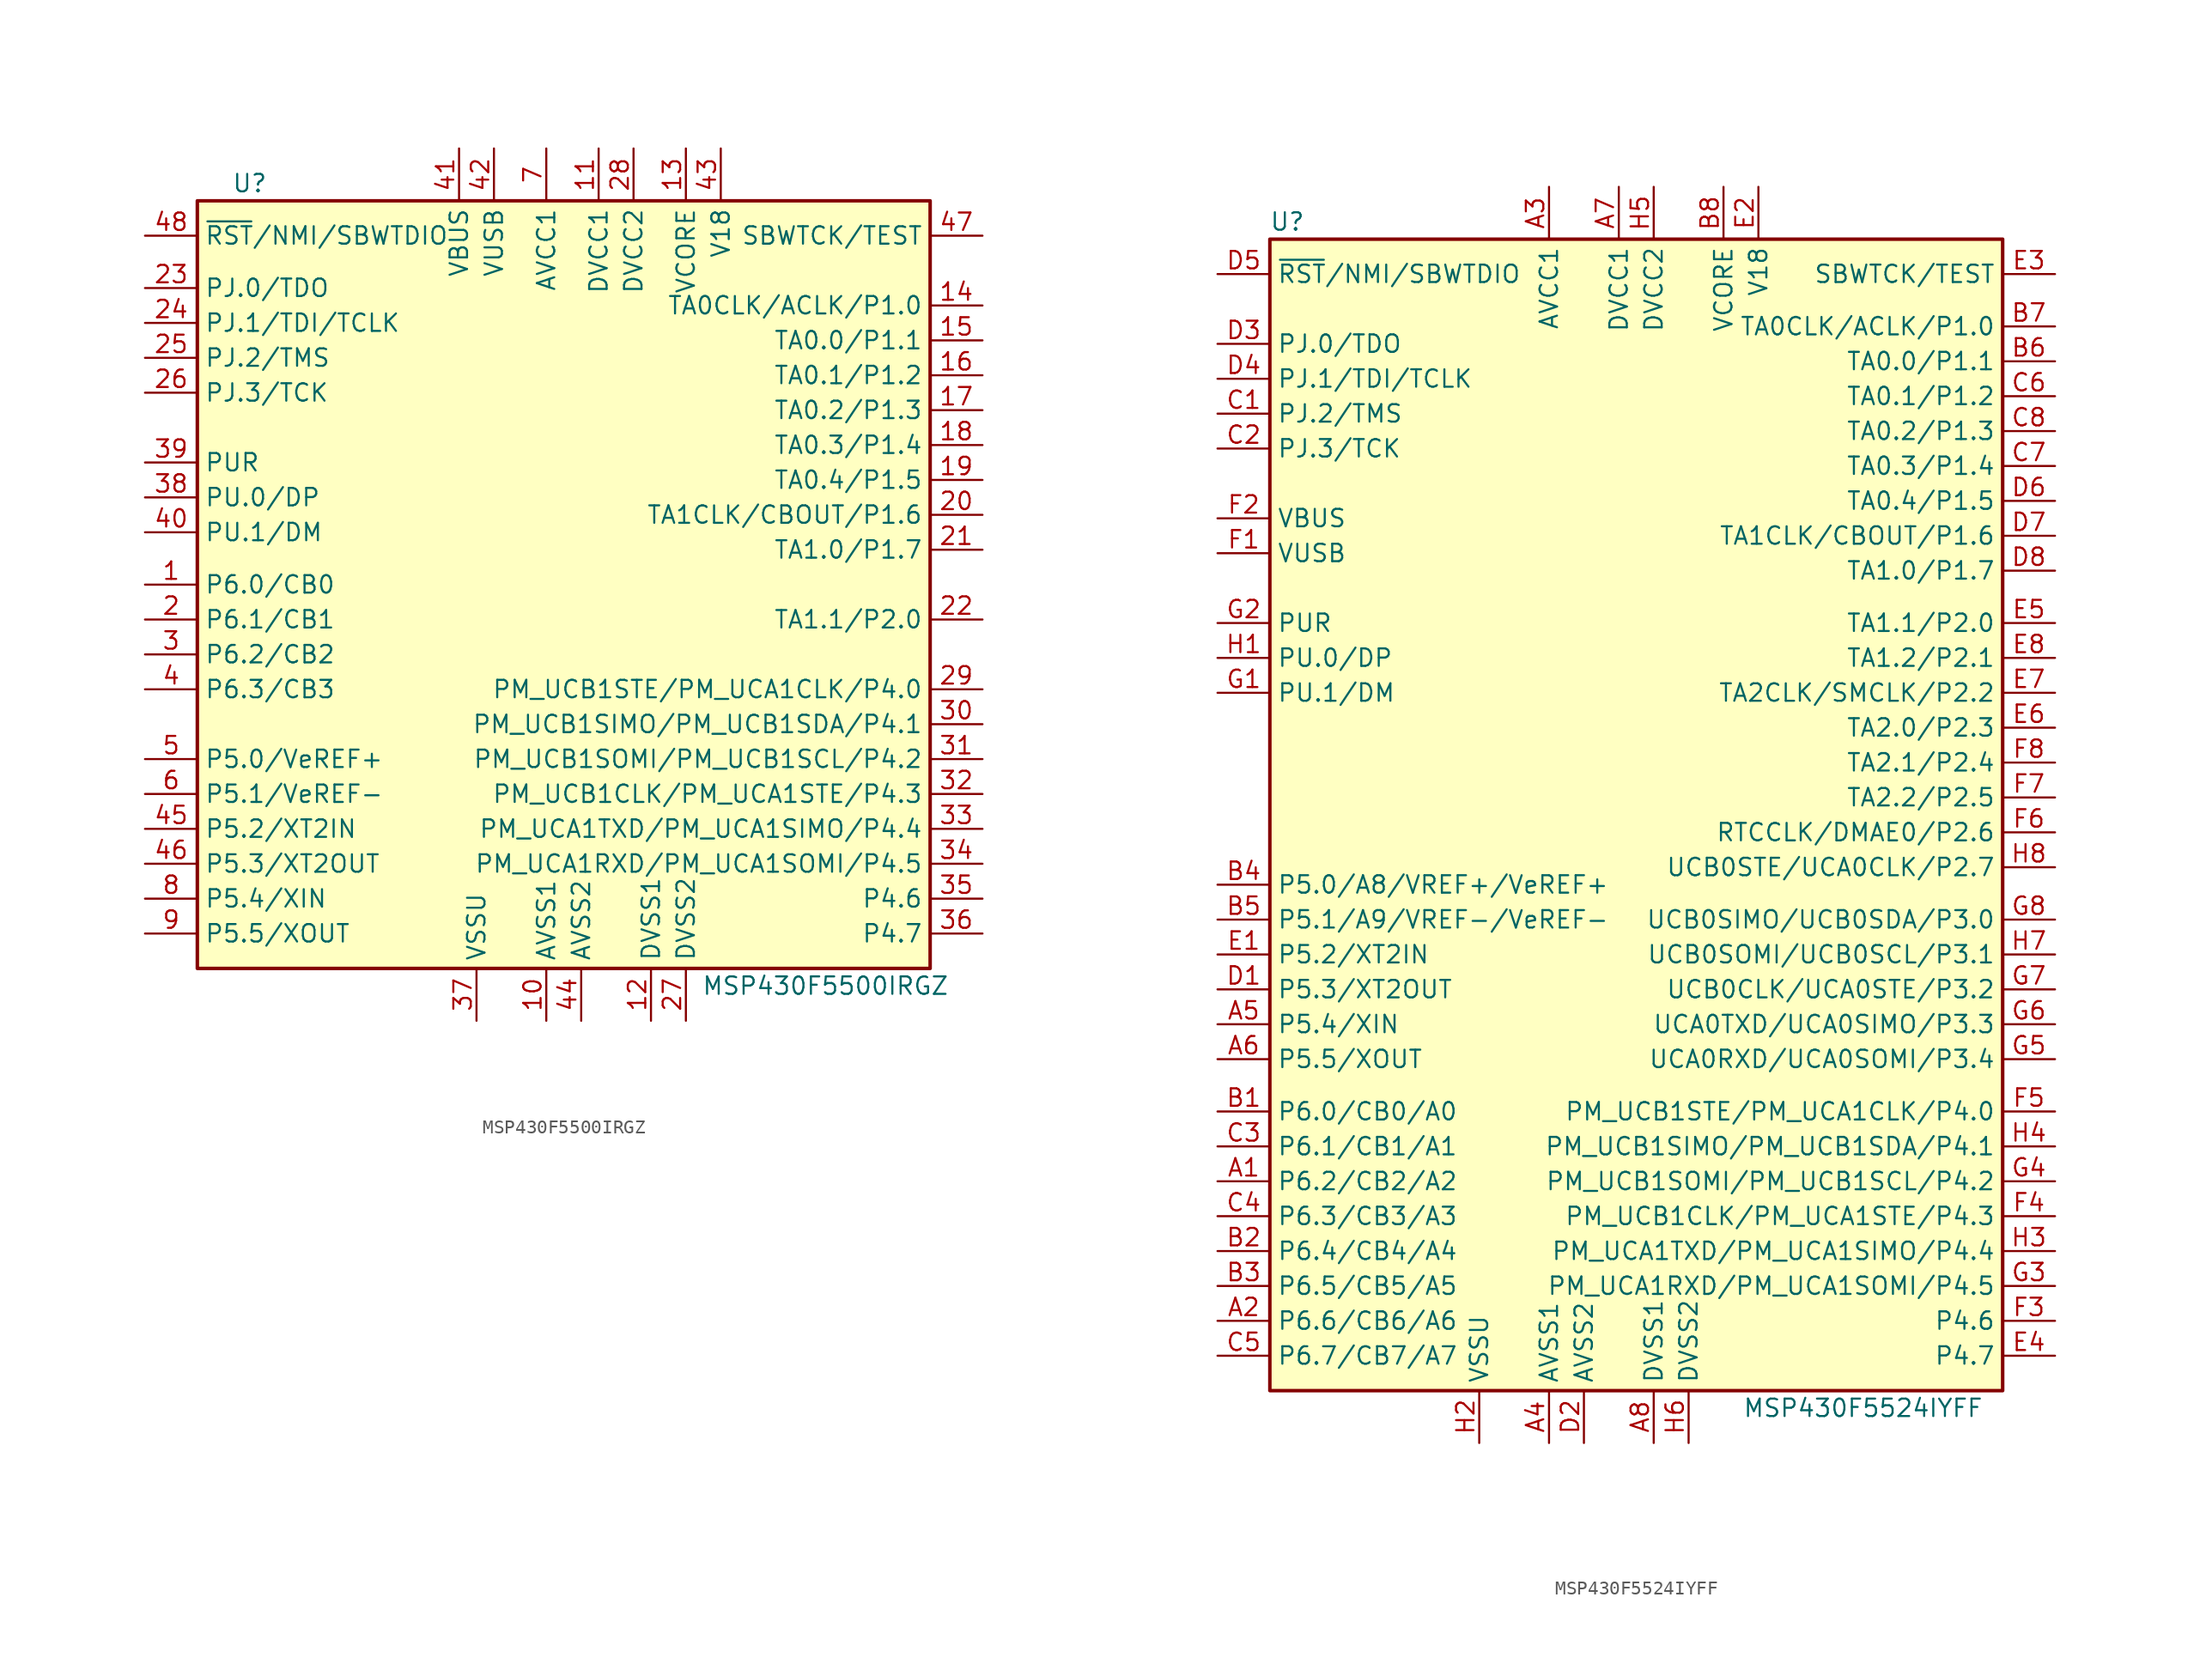
<source format=kicad_sym>
(kicad_symbol_lib
  (version 20231120)
  (generator "kicad_symbol_editor")
  (generator_version "8.0")
  (symbol "MSP430F5500IRGZ"
    (property "Reference" "U"
      (at -22.86 29.21 0)
      (effects (font (size 1.27 1.27))))
    (property "Value" "MSP430F5500IRGZ"
      (at 19.05 -29.21 0)
      (effects (font (size 1.27 1.27))))
    (symbol "MSP430F5500IRGZ_0_1"
      (rectangle (start -26.67 27.94) (end 26.67 -27.94) (stroke (width 0.254) (type default)) (fill (type background))))
    (symbol "MSP430F5500IRGZ_1_1"
      (pin bidirectional line (at -30.48 0 0) (length 3.81) (name "P6.0/CB0" (effects (font (size 1.27 1.27)))) (number "1" (effects (font (size 1.27 1.27)))))
      (pin power_in line (at -1.27 -31.75 90) (length 3.81) (name "AVSS1" (effects (font (size 1.27 1.27)))) (number "10" (effects (font (size 1.27 1.27)))))
      (pin power_in line (at 2.54 31.75 270) (length 3.81) (name "DVCC1" (effects (font (size 1.27 1.27)))) (number "11" (effects (font (size 1.27 1.27)))))
      (pin power_in line (at 6.35 -31.75 90) (length 3.81) (name "DVSS1" (effects (font (size 1.27 1.27)))) (number "12" (effects (font (size 1.27 1.27)))))
      (pin passive line (at 8.89 31.75 270) (length 3.81) (name "VCORE" (effects (font (size 1.27 1.27)))) (number "13" (effects (font (size 1.27 1.27)))))
      (pin bidirectional line (at 30.48 20.32 180) (length 3.81) (name "TA0CLK/ACLK/P1.0" (effects (font (size 1.27 1.27)))) (number "14" (effects (font (size 1.27 1.27)))))
      (pin bidirectional line (at 30.48 17.78 180) (length 3.81) (name "TA0.0/P1.1" (effects (font (size 1.27 1.27)))) (number "15" (effects (font (size 1.27 1.27)))))
      (pin bidirectional line (at 30.48 15.24 180) (length 3.81) (name "TA0.1/P1.2" (effects (font (size 1.27 1.27)))) (number "16" (effects (font (size 1.27 1.27)))))
      (pin bidirectional line (at 30.48 12.7 180) (length 3.81) (name "TA0.2/P1.3" (effects (font (size 1.27 1.27)))) (number "17" (effects (font (size 1.27 1.27)))))
      (pin bidirectional line (at 30.48 10.16 180) (length 3.81) (name "TA0.3/P1.4" (effects (font (size 1.27 1.27)))) (number "18" (effects (font (size 1.27 1.27)))))
      (pin bidirectional line (at 30.48 7.62 180) (length 3.81) (name "TA0.4/P1.5" (effects (font (size 1.27 1.27)))) (number "19" (effects (font (size 1.27 1.27)))))
      (pin bidirectional line (at -30.48 -2.54 0) (length 3.81) (name "P6.1/CB1" (effects (font (size 1.27 1.27)))) (number "2" (effects (font (size 1.27 1.27)))))
      (pin bidirectional line (at 30.48 5.08 180) (length 3.81) (name "TA1CLK/CBOUT/P1.6" (effects (font (size 1.27 1.27)))) (number "20" (effects (font (size 1.27 1.27)))))
      (pin bidirectional line (at 30.48 2.54 180) (length 3.81) (name "TA1.0/P1.7" (effects (font (size 1.27 1.27)))) (number "21" (effects (font (size 1.27 1.27)))))
      (pin bidirectional line (at 30.48 -2.54 180) (length 3.81) (name "TA1.1/P2.0" (effects (font (size 1.27 1.27)))) (number "22" (effects (font (size 1.27 1.27)))))
      (pin bidirectional line (at -30.48 21.59 0) (length 3.81) (name "PJ.0/TDO" (effects (font (size 1.27 1.27)))) (number "23" (effects (font (size 1.27 1.27)))))
      (pin bidirectional line (at -30.48 19.05 0) (length 3.81) (name "PJ.1/TDI/TCLK" (effects (font (size 1.27 1.27)))) (number "24" (effects (font (size 1.27 1.27)))))
      (pin bidirectional line (at -30.48 16.51 0) (length 3.81) (name "PJ.2/TMS" (effects (font (size 1.27 1.27)))) (number "25" (effects (font (size 1.27 1.27)))))
      (pin bidirectional line (at -30.48 13.97 0) (length 3.81) (name "PJ.3/TCK" (effects (font (size 1.27 1.27)))) (number "26" (effects (font (size 1.27 1.27)))))
      (pin power_in line (at 8.89 -31.75 90) (length 3.81) (name "DVSS2" (effects (font (size 1.27 1.27)))) (number "27" (effects (font (size 1.27 1.27)))))
      (pin power_in line (at 5.08 31.75 270) (length 3.81) (name "DVCC2" (effects (font (size 1.27 1.27)))) (number "28" (effects (font (size 1.27 1.27)))))
      (pin bidirectional line (at 30.48 -7.62 180) (length 3.81) (name "PM_UCB1STE/PM_UCA1CLK/P4.0" (effects (font (size 1.27 1.27)))) (number "29" (effects (font (size 1.27 1.27)))))
      (pin bidirectional line (at -30.48 -5.08 0) (length 3.81) (name "P6.2/CB2" (effects (font (size 1.27 1.27)))) (number "3" (effects (font (size 1.27 1.27)))))
      (pin bidirectional line (at 30.48 -10.16 180) (length 3.81) (name "PM_UCB1SIMO/PM_UCB1SDA/P4.1" (effects (font (size 1.27 1.27)))) (number "30" (effects (font (size 1.27 1.27)))))
      (pin bidirectional line (at 30.48 -12.7 180) (length 3.81) (name "PM_UCB1SOMI/PM_UCB1SCL/P4.2" (effects (font (size 1.27 1.27)))) (number "31" (effects (font (size 1.27 1.27)))))
      (pin bidirectional line (at 30.48 -15.24 180) (length 3.81) (name "PM_UCB1CLK/PM_UCA1STE/P4.3" (effects (font (size 1.27 1.27)))) (number "32" (effects (font (size 1.27 1.27)))))
      (pin bidirectional line (at 30.48 -17.78 180) (length 3.81) (name "PM_UCA1TXD/PM_UCA1SIMO/P4.4" (effects (font (size 1.27 1.27)))) (number "33" (effects (font (size 1.27 1.27)))))
      (pin bidirectional line (at 30.48 -20.32 180) (length 3.81) (name "PM_UCA1RXD/PM_UCA1SOMI/P4.5" (effects (font (size 1.27 1.27)))) (number "34" (effects (font (size 1.27 1.27)))))
      (pin bidirectional line (at 30.48 -22.86 180) (length 3.81) (name "P4.6" (effects (font (size 1.27 1.27)))) (number "35" (effects (font (size 1.27 1.27)))))
      (pin bidirectional line (at 30.48 -25.4 180) (length 3.81) (name "P4.7" (effects (font (size 1.27 1.27)))) (number "36" (effects (font (size 1.27 1.27)))))
      (pin power_in line (at -6.35 -31.75 90) (length 3.81) (name "VSSU" (effects (font (size 1.27 1.27)))) (number "37" (effects (font (size 1.27 1.27)))))
      (pin bidirectional line (at -30.48 6.35 0) (length 3.81) (name "PU.0/DP" (effects (font (size 1.27 1.27)))) (number "38" (effects (font (size 1.27 1.27)))))
      (pin bidirectional line (at -30.48 8.89 0) (length 3.81) (name "PUR" (effects (font (size 1.27 1.27)))) (number "39" (effects (font (size 1.27 1.27)))))
      (pin bidirectional line (at -30.48 -7.62 0) (length 3.81) (name "P6.3/CB3" (effects (font (size 1.27 1.27)))) (number "4" (effects (font (size 1.27 1.27)))))
      (pin bidirectional line (at -30.48 3.81 0) (length 3.81) (name "PU.1/DM" (effects (font (size 1.27 1.27)))) (number "40" (effects (font (size 1.27 1.27)))))
      (pin power_in line (at -7.62 31.75 270) (length 3.81) (name "VBUS" (effects (font (size 1.27 1.27)))) (number "41" (effects (font (size 1.27 1.27)))))
      (pin power_out line (at -5.08 31.75 270) (length 3.81) (name "VUSB" (effects (font (size 1.27 1.27)))) (number "42" (effects (font (size 1.27 1.27)))))
      (pin passive line (at 11.43 31.75 270) (length 3.81) (name "V18" (effects (font (size 1.27 1.27)))) (number "43" (effects (font (size 1.27 1.27)))))
      (pin power_in line (at 1.27 -31.75 90) (length 3.81) (name "AVSS2" (effects (font (size 1.27 1.27)))) (number "44" (effects (font (size 1.27 1.27)))))
      (pin bidirectional line (at -30.48 -17.78 0) (length 3.81) (name "P5.2/XT2IN" (effects (font (size 1.27 1.27)))) (number "45" (effects (font (size 1.27 1.27)))))
      (pin bidirectional line (at -30.48 -20.32 0) (length 3.81) (name "P5.3/XT2OUT" (effects (font (size 1.27 1.27)))) (number "46" (effects (font (size 1.27 1.27)))))
      (pin input line (at 30.48 25.4 180) (length 3.81) (name "SBWTCK/TEST" (effects (font (size 1.27 1.27)))) (number "47" (effects (font (size 1.27 1.27)))))
      (pin input line (at -30.48 25.4 0) (length 3.81) (name "~{RST}/NMI/SBWTDIO" (effects (font (size 1.27 1.27)))) (number "48" (effects (font (size 1.27 1.27)))))
      (pin bidirectional line (at -30.48 -12.7 0) (length 3.81) (name "P5.0/VeREF+" (effects (font (size 1.27 1.27)))) (number "5" (effects (font (size 1.27 1.27)))))
      (pin bidirectional line (at -30.48 -15.24 0) (length 3.81) (name "P5.1/VeREF-" (effects (font (size 1.27 1.27)))) (number "6" (effects (font (size 1.27 1.27)))))
      (pin power_in line (at -1.27 31.75 270) (length 3.81) (name "AVCC1" (effects (font (size 1.27 1.27)))) (number "7" (effects (font (size 1.27 1.27)))))
      (pin bidirectional line (at -30.48 -22.86 0) (length 3.81) (name "P5.4/XIN" (effects (font (size 1.27 1.27)))) (number "8" (effects (font (size 1.27 1.27)))))
      (pin bidirectional line (at -30.48 -25.4 0) (length 3.81) (name "P5.5/XOUT" (effects (font (size 1.27 1.27)))) (number "9" (effects (font (size 1.27 1.27)))))))
  (symbol "MSP430F5524IYFF"
    (property "Reference" "U"
      (at -25.4 43.18 0)
      (effects (font (size 1.27 1.27))))
    (property "Value" "MSP430F5524IYFF"
      (at 16.51 -43.18 0)
      (effects (font (size 1.27 1.27))))
    (symbol "MSP430F5524IYFF_0_1"
      (rectangle (start -26.67 41.91) (end 26.67 -41.91) (stroke (width 0.254) (type default)) (fill (type background))))
    (symbol "MSP430F5524IYFF_1_1"
      (pin bidirectional line (at -30.48 -26.67 0) (length 3.81) (name "P6.2/CB2/A2" (effects (font (size 1.27 1.27)))) (number "A1" (effects (font (size 1.27 1.27)))))
      (pin bidirectional line (at -30.48 -36.83 0) (length 3.81) (name "P6.6/CB6/A6" (effects (font (size 1.27 1.27)))) (number "A2" (effects (font (size 1.27 1.27)))))
      (pin power_in line (at -6.35 45.72 270) (length 3.81) (name "AVCC1" (effects (font (size 1.27 1.27)))) (number "A3" (effects (font (size 1.27 1.27)))))
      (pin power_in line (at -6.35 -45.72 90) (length 3.81) (name "AVSS1" (effects (font (size 1.27 1.27)))) (number "A4" (effects (font (size 1.27 1.27)))))
      (pin bidirectional line (at -30.48 -15.24 0) (length 3.81) (name "P5.4/XIN" (effects (font (size 1.27 1.27)))) (number "A5" (effects (font (size 1.27 1.27)))))
      (pin bidirectional line (at -30.48 -17.78 0) (length 3.81) (name "P5.5/XOUT" (effects (font (size 1.27 1.27)))) (number "A6" (effects (font (size 1.27 1.27)))))
      (pin power_in line (at -1.27 45.72 270) (length 3.81) (name "DVCC1" (effects (font (size 1.27 1.27)))) (number "A7" (effects (font (size 1.27 1.27)))))
      (pin power_in line (at 1.27 -45.72 90) (length 3.81) (name "DVSS1" (effects (font (size 1.27 1.27)))) (number "A8" (effects (font (size 1.27 1.27)))))
      (pin bidirectional line (at -30.48 -21.59 0) (length 3.81) (name "P6.0/CB0/A0" (effects (font (size 1.27 1.27)))) (number "B1" (effects (font (size 1.27 1.27)))))
      (pin bidirectional line (at -30.48 -31.75 0) (length 3.81) (name "P6.4/CB4/A4" (effects (font (size 1.27 1.27)))) (number "B2" (effects (font (size 1.27 1.27)))))
      (pin bidirectional line (at -30.48 -34.29 0) (length 3.81) (name "P6.5/CB5/A5" (effects (font (size 1.27 1.27)))) (number "B3" (effects (font (size 1.27 1.27)))))
      (pin bidirectional line (at -30.48 -5.08 0) (length 3.81) (name "P5.0/A8/VREF+/VeREF+" (effects (font (size 1.27 1.27)))) (number "B4" (effects (font (size 1.27 1.27)))))
      (pin bidirectional line (at -30.48 -7.62 0) (length 3.81) (name "P5.1/A9/VREF-/VeREF-" (effects (font (size 1.27 1.27)))) (number "B5" (effects (font (size 1.27 1.27)))))
      (pin bidirectional line (at 30.48 33.02 180) (length 3.81) (name "TA0.0/P1.1" (effects (font (size 1.27 1.27)))) (number "B6" (effects (font (size 1.27 1.27)))))
      (pin bidirectional line (at 30.48 35.56 180) (length 3.81) (name "TA0CLK/ACLK/P1.0" (effects (font (size 1.27 1.27)))) (number "B7" (effects (font (size 1.27 1.27)))))
      (pin bidirectional line (at 6.35 45.72 270) (length 3.81) (name "VCORE" (effects (font (size 1.27 1.27)))) (number "B8" (effects (font (size 1.27 1.27)))))
      (pin bidirectional line (at -30.48 29.21 0) (length 3.81) (name "PJ.2/TMS" (effects (font (size 1.27 1.27)))) (number "C1" (effects (font (size 1.27 1.27)))))
      (pin bidirectional line (at -30.48 26.67 0) (length 3.81) (name "PJ.3/TCK" (effects (font (size 1.27 1.27)))) (number "C2" (effects (font (size 1.27 1.27)))))
      (pin bidirectional line (at -30.48 -24.13 0) (length 3.81) (name "P6.1/CB1/A1" (effects (font (size 1.27 1.27)))) (number "C3" (effects (font (size 1.27 1.27)))))
      (pin bidirectional line (at -30.48 -29.21 0) (length 3.81) (name "P6.3/CB3/A3" (effects (font (size 1.27 1.27)))) (number "C4" (effects (font (size 1.27 1.27)))))
      (pin bidirectional line (at -30.48 -39.37 0) (length 3.81) (name "P6.7/CB7/A7" (effects (font (size 1.27 1.27)))) (number "C5" (effects (font (size 1.27 1.27)))))
      (pin bidirectional line (at 30.48 30.48 180) (length 3.81) (name "TA0.1/P1.2" (effects (font (size 1.27 1.27)))) (number "C6" (effects (font (size 1.27 1.27)))))
      (pin bidirectional line (at 30.48 25.4 180) (length 3.81) (name "TA0.3/P1.4" (effects (font (size 1.27 1.27)))) (number "C7" (effects (font (size 1.27 1.27)))))
      (pin bidirectional line (at 30.48 27.94 180) (length 3.81) (name "TA0.2/P1.3" (effects (font (size 1.27 1.27)))) (number "C8" (effects (font (size 1.27 1.27)))))
      (pin bidirectional line (at -30.48 -12.7 0) (length 3.81) (name "P5.3/XT2OUT" (effects (font (size 1.27 1.27)))) (number "D1" (effects (font (size 1.27 1.27)))))
      (pin power_in line (at -3.81 -45.72 90) (length 3.81) (name "AVSS2" (effects (font (size 1.27 1.27)))) (number "D2" (effects (font (size 1.27 1.27)))))
      (pin bidirectional line (at -30.48 34.29 0) (length 3.81) (name "PJ.0/TDO" (effects (font (size 1.27 1.27)))) (number "D3" (effects (font (size 1.27 1.27)))))
      (pin bidirectional line (at -30.48 31.75 0) (length 3.81) (name "PJ.1/TDI/TCLK" (effects (font (size 1.27 1.27)))) (number "D4" (effects (font (size 1.27 1.27)))))
      (pin input line (at -30.48 39.37 0) (length 3.81) (name "~{RST}/NMI/SBWTDIO" (effects (font (size 1.27 1.27)))) (number "D5" (effects (font (size 1.27 1.27)))))
      (pin bidirectional line (at 30.48 22.86 180) (length 3.81) (name "TA0.4/P1.5" (effects (font (size 1.27 1.27)))) (number "D6" (effects (font (size 1.27 1.27)))))
      (pin bidirectional line (at 30.48 20.32 180) (length 3.81) (name "TA1CLK/CBOUT/P1.6" (effects (font (size 1.27 1.27)))) (number "D7" (effects (font (size 1.27 1.27)))))
      (pin bidirectional line (at 30.48 17.78 180) (length 3.81) (name "TA1.0/P1.7" (effects (font (size 1.27 1.27)))) (number "D8" (effects (font (size 1.27 1.27)))))
      (pin bidirectional line (at -30.48 -10.16 0) (length 3.81) (name "P5.2/XT2IN" (effects (font (size 1.27 1.27)))) (number "E1" (effects (font (size 1.27 1.27)))))
      (pin passive line (at 8.89 45.72 270) (length 3.81) (name "V18" (effects (font (size 1.27 1.27)))) (number "E2" (effects (font (size 1.27 1.27)))))
      (pin input line (at 30.48 39.37 180) (length 3.81) (name "SBWTCK/TEST" (effects (font (size 1.27 1.27)))) (number "E3" (effects (font (size 1.27 1.27)))))
      (pin bidirectional line (at 30.48 -39.37 180) (length 3.81) (name "P4.7" (effects (font (size 1.27 1.27)))) (number "E4" (effects (font (size 1.27 1.27)))))
      (pin bidirectional line (at 30.48 13.97 180) (length 3.81) (name "TA1.1/P2.0" (effects (font (size 1.27 1.27)))) (number "E5" (effects (font (size 1.27 1.27)))))
      (pin bidirectional line (at 30.48 6.35 180) (length 3.81) (name "TA2.0/P2.3" (effects (font (size 1.27 1.27)))) (number "E6" (effects (font (size 1.27 1.27)))))
      (pin bidirectional line (at 30.48 8.89 180) (length 3.81) (name "TA2CLK/SMCLK/P2.2" (effects (font (size 1.27 1.27)))) (number "E7" (effects (font (size 1.27 1.27)))))
      (pin bidirectional line (at 30.48 11.43 180) (length 3.81) (name "TA1.2/P2.1" (effects (font (size 1.27 1.27)))) (number "E8" (effects (font (size 1.27 1.27)))))
      (pin power_out line (at -30.48 19.05 0) (length 3.81) (name "VUSB" (effects (font (size 1.27 1.27)))) (number "F1" (effects (font (size 1.27 1.27)))))
      (pin power_in line (at -30.48 21.59 0) (length 3.81) (name "VBUS" (effects (font (size 1.27 1.27)))) (number "F2" (effects (font (size 1.27 1.27)))))
      (pin bidirectional line (at 30.48 -36.83 180) (length 3.81) (name "P4.6" (effects (font (size 1.27 1.27)))) (number "F3" (effects (font (size 1.27 1.27)))))
      (pin bidirectional line (at 30.48 -29.21 180) (length 3.81) (name "PM_UCB1CLK/PM_UCA1STE/P4.3" (effects (font (size 1.27 1.27)))) (number "F4" (effects (font (size 1.27 1.27)))))
      (pin bidirectional line (at 30.48 -21.59 180) (length 3.81) (name "PM_UCB1STE/PM_UCA1CLK/P4.0" (effects (font (size 1.27 1.27)))) (number "F5" (effects (font (size 1.27 1.27)))))
      (pin bidirectional line (at 30.48 -1.27 180) (length 3.81) (name "RTCCLK/DMAE0/P2.6" (effects (font (size 1.27 1.27)))) (number "F6" (effects (font (size 1.27 1.27)))))
      (pin bidirectional line (at 30.48 1.27 180) (length 3.81) (name "TA2.2/P2.5" (effects (font (size 1.27 1.27)))) (number "F7" (effects (font (size 1.27 1.27)))))
      (pin bidirectional line (at 30.48 3.81 180) (length 3.81) (name "TA2.1/P2.4" (effects (font (size 1.27 1.27)))) (number "F8" (effects (font (size 1.27 1.27)))))
      (pin bidirectional line (at -30.48 8.89 0) (length 3.81) (name "PU.1/DM" (effects (font (size 1.27 1.27)))) (number "G1" (effects (font (size 1.27 1.27)))))
      (pin bidirectional line (at -30.48 13.97 0) (length 3.81) (name "PUR" (effects (font (size 1.27 1.27)))) (number "G2" (effects (font (size 1.27 1.27)))))
      (pin bidirectional line (at 30.48 -34.29 180) (length 3.81) (name "PM_UCA1RXD/PM_UCA1SOMI/P4.5" (effects (font (size 1.27 1.27)))) (number "G3" (effects (font (size 1.27 1.27)))))
      (pin bidirectional line (at 30.48 -26.67 180) (length 3.81) (name "PM_UCB1SOMI/PM_UCB1SCL/P4.2" (effects (font (size 1.27 1.27)))) (number "G4" (effects (font (size 1.27 1.27)))))
      (pin bidirectional line (at 30.48 -17.78 180) (length 3.81) (name "UCA0RXD/UCA0SOMI/P3.4" (effects (font (size 1.27 1.27)))) (number "G5" (effects (font (size 1.27 1.27)))))
      (pin bidirectional line (at 30.48 -15.24 180) (length 3.81) (name "UCA0TXD/UCA0SIMO/P3.3" (effects (font (size 1.27 1.27)))) (number "G6" (effects (font (size 1.27 1.27)))))
      (pin bidirectional line (at 30.48 -12.7 180) (length 3.81) (name "UCB0CLK/UCA0STE/P3.2" (effects (font (size 1.27 1.27)))) (number "G7" (effects (font (size 1.27 1.27)))))
      (pin bidirectional line (at 30.48 -7.62 180) (length 3.81) (name "UCB0SIMO/UCB0SDA/P3.0" (effects (font (size 1.27 1.27)))) (number "G8" (effects (font (size 1.27 1.27)))))
      (pin bidirectional line (at -30.48 11.43 0) (length 3.81) (name "PU.0/DP" (effects (font (size 1.27 1.27)))) (number "H1" (effects (font (size 1.27 1.27)))))
      (pin power_in line (at -11.43 -45.72 90) (length 3.81) (name "VSSU" (effects (font (size 1.27 1.27)))) (number "H2" (effects (font (size 1.27 1.27)))))
      (pin bidirectional line (at 30.48 -31.75 180) (length 3.81) (name "PM_UCA1TXD/PM_UCA1SIMO/P4.4" (effects (font (size 1.27 1.27)))) (number "H3" (effects (font (size 1.27 1.27)))))
      (pin bidirectional line (at 30.48 -24.13 180) (length 3.81) (name "PM_UCB1SIMO/PM_UCB1SDA/P4.1" (effects (font (size 1.27 1.27)))) (number "H4" (effects (font (size 1.27 1.27)))))
      (pin power_in line (at 1.27 45.72 270) (length 3.81) (name "DVCC2" (effects (font (size 1.27 1.27)))) (number "H5" (effects (font (size 1.27 1.27)))))
      (pin power_in line (at 3.81 -45.72 90) (length 3.81) (name "DVSS2" (effects (font (size 1.27 1.27)))) (number "H6" (effects (font (size 1.27 1.27)))))
      (pin bidirectional line (at 30.48 -10.16 180) (length 3.81) (name "UCB0SOMI/UCB0SCL/P3.1" (effects (font (size 1.27 1.27)))) (number "H7" (effects (font (size 1.27 1.27)))))
      (pin bidirectional line (at 30.48 -3.81 180) (length 3.81) (name "UCB0STE/UCA0CLK/P2.7" (effects (font (size 1.27 1.27)))) (number "H8" (effects (font (size 1.27 1.27))))))))
</source>
